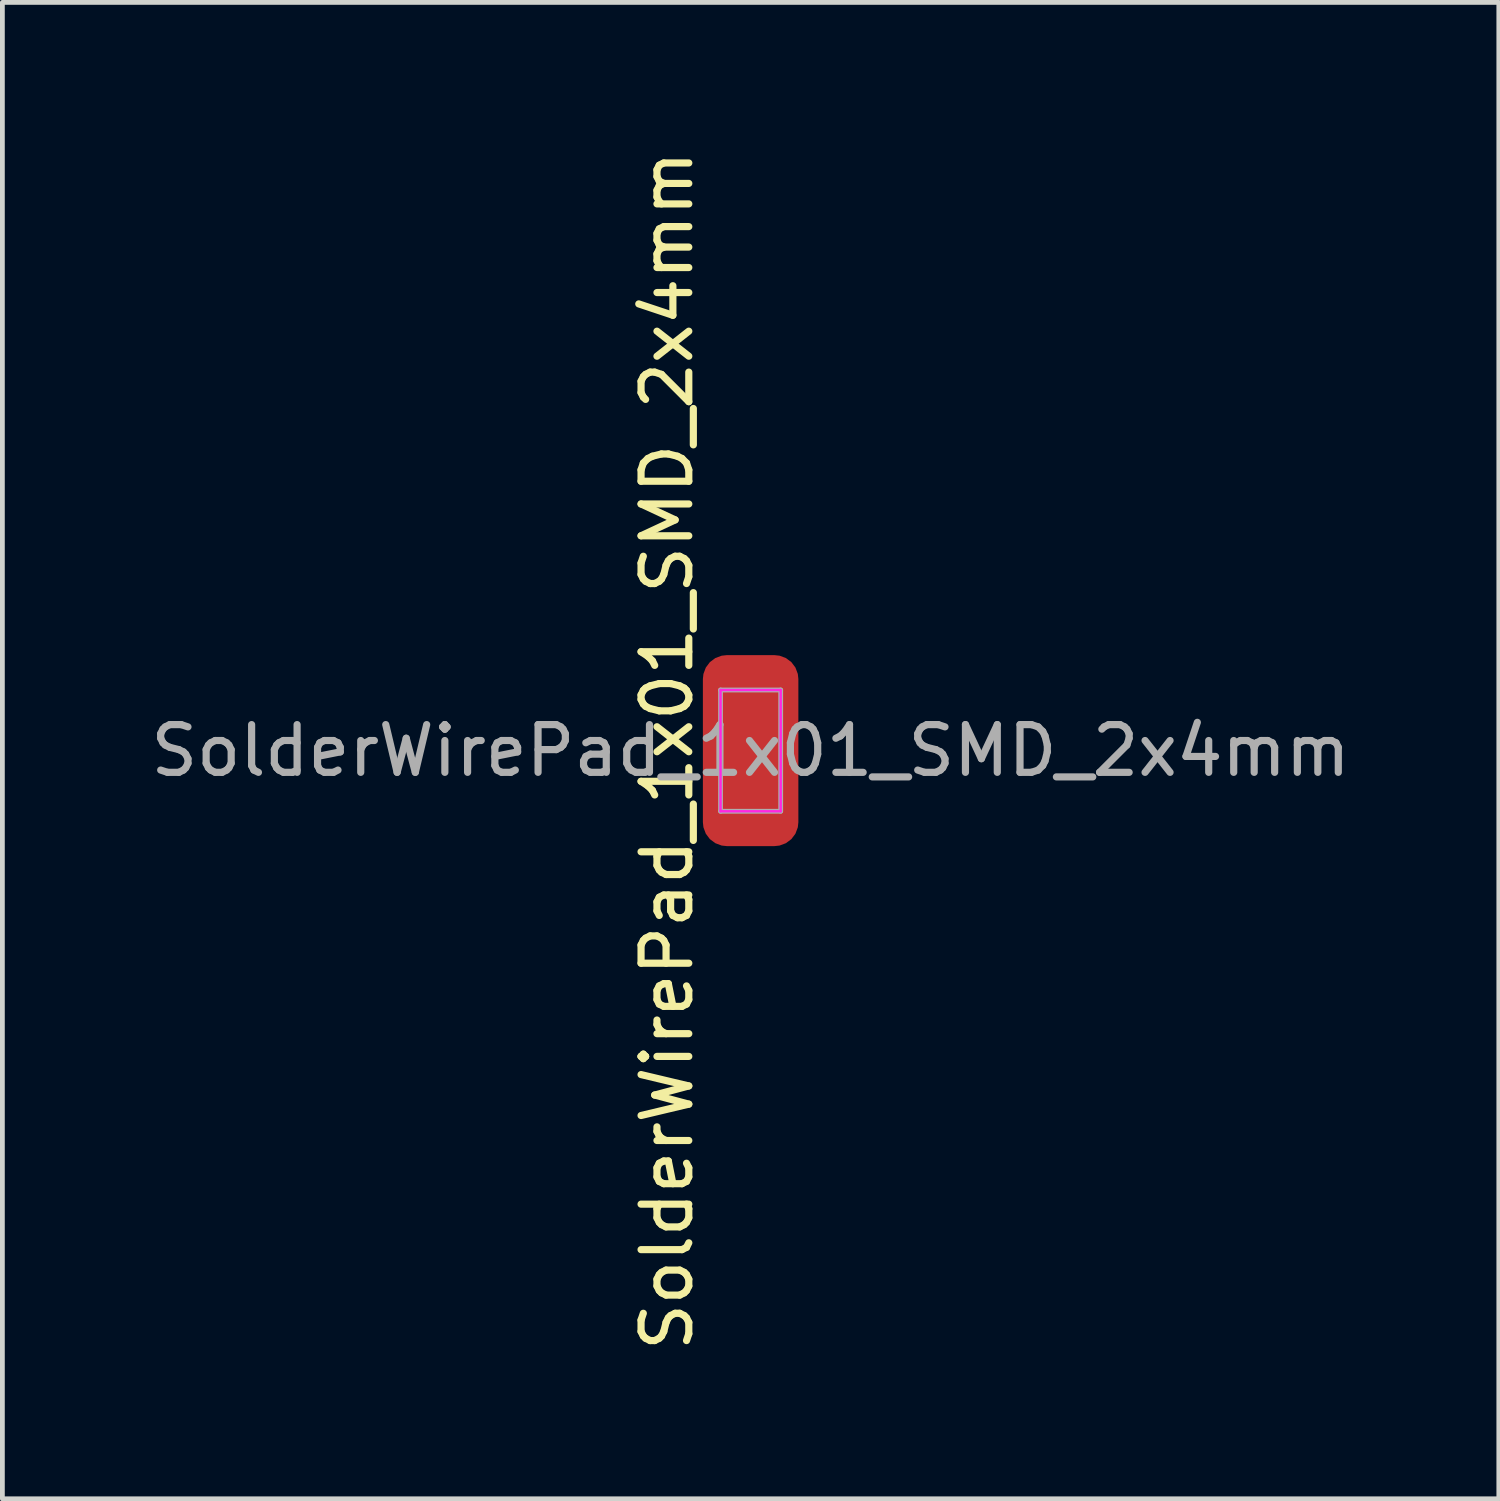
<source format=kicad_pcb>
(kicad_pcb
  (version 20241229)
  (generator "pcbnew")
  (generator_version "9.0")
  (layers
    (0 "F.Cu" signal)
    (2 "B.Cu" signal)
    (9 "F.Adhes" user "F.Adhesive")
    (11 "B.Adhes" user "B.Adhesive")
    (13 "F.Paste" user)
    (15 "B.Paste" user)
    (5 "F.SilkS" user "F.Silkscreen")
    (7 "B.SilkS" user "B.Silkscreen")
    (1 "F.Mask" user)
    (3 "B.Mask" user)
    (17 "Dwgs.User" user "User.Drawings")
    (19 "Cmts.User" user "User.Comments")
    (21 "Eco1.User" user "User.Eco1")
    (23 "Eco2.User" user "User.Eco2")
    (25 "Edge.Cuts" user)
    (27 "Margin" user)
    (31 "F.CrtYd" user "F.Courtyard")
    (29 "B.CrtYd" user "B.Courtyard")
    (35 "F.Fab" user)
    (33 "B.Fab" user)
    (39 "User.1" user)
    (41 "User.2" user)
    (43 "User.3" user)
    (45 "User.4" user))
  (footprint "SolderWirePad_1x01_SMD_2x4mm"
    (layer "F.Cu")
    (at 12.673 12.673)
    (property "Reference" "SolderWirePad_1x01_SMD_2x4mm" (at -1.75 0 270) (layer "F.SilkS") (effects (font (size 1 1) (thickness 0.15))))
    (attr exclude_from_pos_files)
    (fp_line (start -0.63 -1.27) (end -0.63 1.27) (stroke (width 0.05) (type solid)) (layer "F.CrtYd"))
    (fp_line (start -0.63 1.27) (end 0.63 1.27) (stroke (width 0.05) (type solid)) (layer "F.CrtYd"))
    (fp_line (start 0.63 -1.27) (end -0.63 -1.27) (stroke (width 0.05) (type solid)) (layer "F.CrtYd"))
    (fp_line (start 0.63 1.27) (end 0.63 -1.27) (stroke (width 0.05) (type solid)) (layer "F.CrtYd"))
    (fp_line (start -0.63 -1.27) (end 0.63 -1.27) (stroke (width 0.1) (type solid)) (layer "F.Fab"))
    (fp_line (start -0.63 1.27) (end -0.63 -1.27) (stroke (width 0.1) (type solid)) (layer "F.Fab"))
    (fp_line (start 0.63 -1.27) (end 0.63 1.27) (stroke (width 0.1) (type solid)) (layer "F.Fab"))
    (fp_line (start 0.63 1.27) (end -0.63 1.27) (stroke (width 0.1) (type solid)) (layer "F.Fab"))
    (fp_text user "${REFERENCE}" (at 0 0 0) (layer "F.Fab") (effects (font (size 1 1) (thickness 0.15))))
    (pad "1" smd roundrect (at 0 0) (size 2 4) (layers "F.Cu" "F.Mask" "F.Paste") (roundrect_rratio 0.25)))
  (gr_rect
    (start -3 -3)
    (end 28.345 28.345)
    (stroke (width 0.1) (type default))
    (fill no)
    (layer "Edge.Cuts")))
</source>
